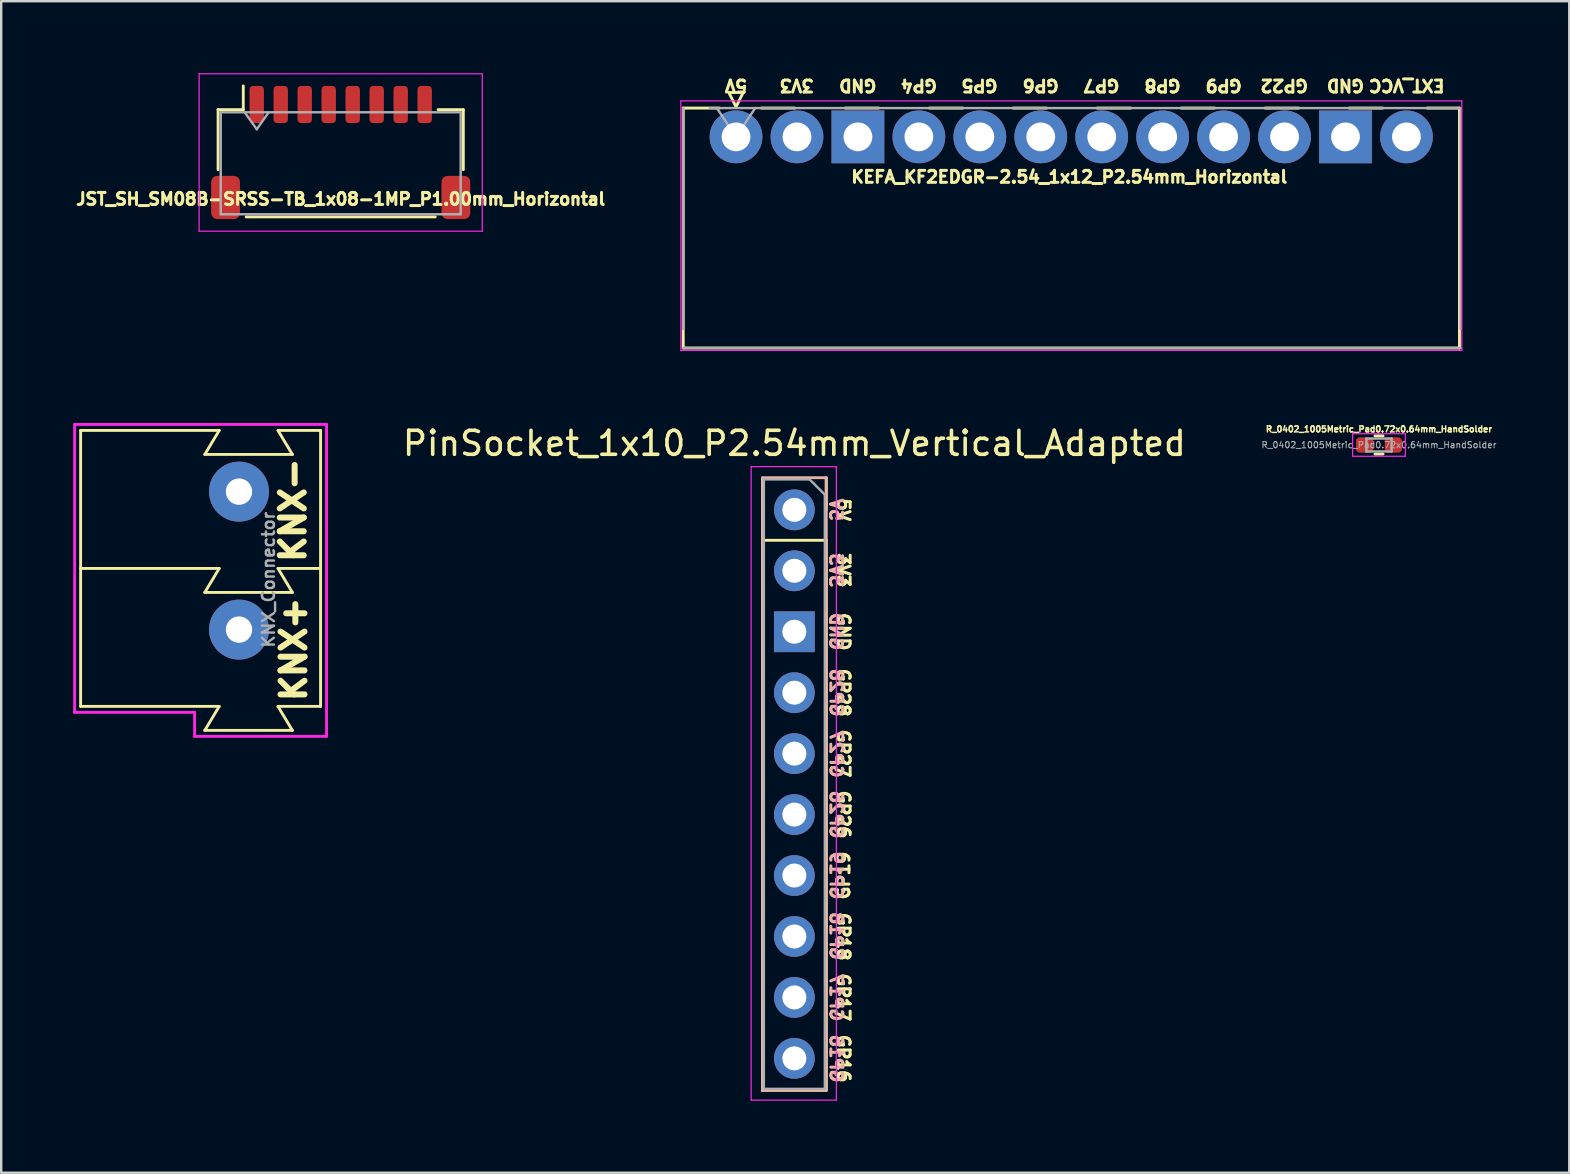
<source format=kicad_pcb>
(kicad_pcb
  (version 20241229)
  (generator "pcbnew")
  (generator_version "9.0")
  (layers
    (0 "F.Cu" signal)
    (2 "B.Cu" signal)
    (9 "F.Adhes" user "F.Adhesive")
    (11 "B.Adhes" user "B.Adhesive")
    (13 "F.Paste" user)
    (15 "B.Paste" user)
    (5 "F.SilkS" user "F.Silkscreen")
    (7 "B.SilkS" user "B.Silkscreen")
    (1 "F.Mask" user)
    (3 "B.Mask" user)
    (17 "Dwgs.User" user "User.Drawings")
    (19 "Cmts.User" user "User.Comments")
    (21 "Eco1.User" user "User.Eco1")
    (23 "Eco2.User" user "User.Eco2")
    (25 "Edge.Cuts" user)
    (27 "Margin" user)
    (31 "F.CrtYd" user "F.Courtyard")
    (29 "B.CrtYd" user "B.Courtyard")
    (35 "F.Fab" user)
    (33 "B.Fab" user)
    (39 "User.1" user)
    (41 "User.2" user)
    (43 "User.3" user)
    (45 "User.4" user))
  (footprint "JST_SH_SM08B-SRSS-TB_1x08-1MP_P1.00mm_Horizontal"
    (layer "F.Cu")
    (at 11.149 3.305)
    (property "Reference" "JST_SH_SM08B-SRSS-TB_1x08-1MP_P1.00mm_Horizontal" (at 0 1.94 0) (layer "F.SilkS") (effects (font (size 0.5 0.5) (thickness 0.15))))
    (attr smd)
    (fp_line (start -5.11 -1.785) (end -4.06 -1.785) (stroke (width 0.12) (type solid)) (layer "F.SilkS"))
    (fp_line (start -5.11 0.715) (end -5.11 -1.785) (stroke (width 0.12) (type solid)) (layer "F.SilkS"))
    (fp_line (start -4.06 -1.785) (end -4.06 -2.775) (stroke (width 0.12) (type solid)) (layer "F.SilkS"))
    (fp_line (start -3.94 2.685) (end 3.94 2.685) (stroke (width 0.12) (type solid)) (layer "F.SilkS"))
    (fp_line (start 5.11 -1.785) (end 4.06 -1.785) (stroke (width 0.12) (type solid)) (layer "F.SilkS"))
    (fp_line (start 5.11 0.715) (end 5.11 -1.785) (stroke (width 0.12) (type solid)) (layer "F.SilkS"))
    (fp_line (start -5.9 -3.28) (end -5.9 3.28) (stroke (width 0.05) (type solid)) (layer "F.CrtYd"))
    (fp_line (start -5.9 3.28) (end 5.9 3.28) (stroke (width 0.05) (type solid)) (layer "F.CrtYd"))
    (fp_line (start 5.9 -3.28) (end -5.9 -3.28) (stroke (width 0.05) (type solid)) (layer "F.CrtYd"))
    (fp_line (start 5.9 3.28) (end 5.9 -3.28) (stroke (width 0.05) (type solid)) (layer "F.CrtYd"))
    (fp_line (start -5 -1.675) (end -5 2.575) (stroke (width 0.1) (type solid)) (layer "F.Fab"))
    (fp_line (start -5 -1.675) (end 5 -1.675) (stroke (width 0.1) (type solid)) (layer "F.Fab"))
    (fp_line (start -5 2.575) (end 5 2.575) (stroke (width 0.1) (type solid)) (layer "F.Fab"))
    (fp_line (start -4 -1.675) (end -3.5 -0.968) (stroke (width 0.1) (type solid)) (layer "F.Fab"))
    (fp_line (start -3.5 -0.968) (end -3 -1.675) (stroke (width 0.1) (type solid)) (layer "F.Fab"))
    (fp_line (start 5 -1.675) (end 5 2.575) (stroke (width 0.1) (type solid)) (layer "F.Fab"))
    (pad "1" smd roundrect (at -3.5 -2) (size 0.6 1.55) (layers "F.Cu" "F.Mask" "F.Paste") (roundrect_rratio 0.25))
    (pad "2" smd roundrect (at -2.5 -2) (size 0.6 1.55) (layers "F.Cu" "F.Mask" "F.Paste") (roundrect_rratio 0.25))
    (pad "3" smd roundrect (at -1.5 -2) (size 0.6 1.55) (layers "F.Cu" "F.Mask" "F.Paste") (roundrect_rratio 0.25))
    (pad "4" smd roundrect (at -0.5 -2) (size 0.6 1.55) (layers "F.Cu" "F.Mask" "F.Paste") (roundrect_rratio 0.25))
    (pad "5" smd roundrect (at 0.5 -2) (size 0.6 1.55) (layers "F.Cu" "F.Mask" "F.Paste") (roundrect_rratio 0.25))
    (pad "6" smd roundrect (at 1.5 -2) (size 0.6 1.55) (layers "F.Cu" "F.Mask" "F.Paste") (roundrect_rratio 0.25))
    (pad "7" smd roundrect (at 2.5 -2) (size 0.6 1.55) (layers "F.Cu" "F.Mask" "F.Paste") (roundrect_rratio 0.25))
    (pad "8" smd roundrect (at 3.5 -2) (size 0.6 1.55) (layers "F.Cu" "F.Mask" "F.Paste") (roundrect_rratio 0.25))
    (pad "MP" smd roundrect (at -4.8 1.875) (size 1.2 1.8) (layers "F.Cu" "F.Mask" "F.Paste") (roundrect_rratio 0.208))
    (pad "MP" smd roundrect (at 4.8 1.875) (size 1.2 1.8) (layers "F.Cu" "F.Mask" "F.Paste") (roundrect_rratio 0.208)))
  (footprint "PinSocket_1x10_P2.54mm_Vertical_Adapted"
    (layer "F.Cu")
    (at 30.055 18.198)
    (property "Reference" "PinSocket_1x10_P2.54mm_Vertical_Adapted" (at 0 -2.77 0) (layer "F.SilkS") (effects (font (size 1 1) (thickness 0.15))))
    (attr through_hole)
    (fp_line (start -1.33 1.27) (end -1.33 24.19) (stroke (width 0.12) (type solid)) (layer "F.SilkS"))
    (fp_line (start -1.33 1.27) (end 1.33 1.27) (stroke (width 0.12) (type solid)) (layer "F.SilkS"))
    (fp_line (start -1.33 24.19) (end 1.33 24.19) (stroke (width 0.12) (type solid)) (layer "F.SilkS"))
    (fp_line (start 1.33 -1.33) (end 1.33 0) (stroke (width 0.12) (type solid)) (layer "F.SilkS"))
    (fp_line (start 1.33 1.27) (end 1.33 24.19) (stroke (width 0.12) (type solid)) (layer "F.SilkS"))
    (fp_line (start -1.33 -1.33) (end -1.33 0) (stroke (width 0.12) (type solid)) (layer "B.SilkS"))
    (fp_line (start -1.33 0) (end -1.33 24.19) (stroke (width 0.12) (type solid)) (layer "B.SilkS"))
    (fp_line (start 1.33 -1.34) (end -1.33 -1.34) (stroke (width 0.12) (type solid)) (layer "B.SilkS"))
    (fp_line (start 1.33 -1.33) (end 1.33 24.19) (stroke (width 0.12) (type solid)) (layer "B.SilkS"))
    (fp_line (start 1.33 24.19) (end -1.33 24.19) (stroke (width 0.12) (type solid)) (layer "B.SilkS"))
    (fp_line (start -1.8 -1.8) (end 1.75 -1.8) (stroke (width 0.05) (type solid)) (layer "F.CrtYd"))
    (fp_line (start -1.8 24.6) (end -1.8 -1.8) (stroke (width 0.05) (type solid)) (layer "F.CrtYd"))
    (fp_line (start 1.75 -1.8) (end 1.75 24.6) (stroke (width 0.05) (type solid)) (layer "F.CrtYd"))
    (fp_line (start 1.75 24.6) (end -1.8 24.6) (stroke (width 0.05) (type solid)) (layer "F.CrtYd"))
    (fp_line (start -1.27 -1.27) (end 0.635 -1.27) (stroke (width 0.1) (type solid)) (layer "F.Fab"))
    (fp_line (start -1.27 24.13) (end -1.27 -1.27) (stroke (width 0.1) (type solid)) (layer "F.Fab"))
    (fp_line (start 0.635 -1.27) (end 1.27 -0.635) (stroke (width 0.1) (type solid)) (layer "F.Fab"))
    (fp_line (start 1.27 -0.635) (end 1.27 24.13) (stroke (width 0.1) (type solid)) (layer "F.Fab"))
    (fp_line (start 1.27 24.13) (end -1.27 24.13) (stroke (width 0.1) (type solid)) (layer "F.Fab"))
    (fp_text user "GP26" (at 2.05 12.7 270) (unlocked yes) (layer "F.SilkS") (effects (font (size 0.5 0.5) (thickness 0.125))))
    (fp_text user "GP18" (at 2.05 17.79 270) (unlocked yes) (layer "F.SilkS") (effects (font (size 0.5 0.5) (thickness 0.125))))
    (fp_text user "GP16" (at 2.05 22.87 270) (unlocked yes) (layer "F.SilkS") (effects (font (size 0.5 0.5) (thickness 0.125))))
    (fp_text user "3V3" (at 2.05 2.51 270) (unlocked yes) (layer "F.SilkS") (effects (font (size 0.5 0.5) (thickness 0.125))))
    (fp_text user "GP19" (at 2.05 15.24 90) (unlocked yes) (layer "F.SilkS") (effects (font (size 0.5 0.5) (thickness 0.125))))
    (fp_text user "GP17" (at 2.05 20.32 270) (unlocked yes) (layer "F.SilkS") (effects (font (size 0.5 0.5) (thickness 0.125))))
    (fp_text user "GP28" (at 2.05 7.62 270) (unlocked yes) (layer "F.SilkS") (effects (font (size 0.5 0.5) (thickness 0.125))))
    (fp_text user "GP27" (at 2.05 10.16 270) (unlocked yes) (layer "F.SilkS") (effects (font (size 0.5 0.5) (thickness 0.125))))
    (fp_text user "GND" (at 2.05 5.08 270) (unlocked yes) (layer "F.SilkS") (effects (font (size 0.5 0.5) (thickness 0.125))))
    (fp_text user "5V" (at 2.05 0 270) (unlocked yes) (layer "F.SilkS") (effects (font (size 0.5 0.5) (thickness 0.125))))
    (fp_text user "GP26" (at 1.745 12.7 270) (unlocked yes) (layer "B.SilkS") (effects (font (size 0.5 0.5) (thickness 0.125)) (justify mirror)))
    (fp_text user "GP18" (at 1.745 17.76 270) (unlocked yes) (layer "B.SilkS") (effects (font (size 0.5 0.5) (thickness 0.125)) (justify mirror)))
    (fp_text user "GP28" (at 1.745 7.62 270) (unlocked yes) (layer "B.SilkS") (effects (font (size 0.5 0.5) (thickness 0.125)) (justify mirror)))
    (fp_text user "5V" (at 1.735 0 270) (unlocked yes) (layer "B.SilkS") (effects (font (size 0.5 0.5) (thickness 0.125)) (justify mirror)))
    (fp_text user "GP19" (at 1.745 15.24 270) (unlocked yes) (layer "B.SilkS") (effects (font (size 0.5 0.5) (thickness 0.125)) (justify mirror)))
    (fp_text user "3V3" (at 1.735 2.52 270) (unlocked yes) (layer "B.SilkS") (effects (font (size 0.5 0.5) (thickness 0.125)) (justify mirror)))
    (fp_text user "GP27" (at 1.745 10.17 270) (unlocked yes) (layer "B.SilkS") (effects (font (size 0.5 0.5) (thickness 0.125)) (justify mirror)))
    (fp_text user "GP16" (at 1.745 22.87 270) (unlocked yes) (layer "B.SilkS") (effects (font (size 0.5 0.5) (thickness 0.125)) (justify mirror)))
    (fp_text user "GP17" (at 1.745 20.32 270) (unlocked yes) (layer "B.SilkS") (effects (font (size 0.5 0.5) (thickness 0.125)) (justify mirror)))
    (fp_text user "GND" (at 1.735 5.07 270) (unlocked yes) (layer "B.SilkS") (effects (font (size 0.5 0.5) (thickness 0.125)) (justify mirror)))
    (pad "1" thru_hole circle (at 0 0 180) (size 1.7 1.7) (drill 1) (layers "*.Cu" "*.Mask"))
    (pad "2" thru_hole oval (at 0 2.54 180) (size 1.7 1.7) (drill 1) (layers "*.Cu" "*.Mask"))
    (pad "3" thru_hole rect (at 0 5.08 180) (size 1.7 1.7) (drill 1) (layers "*.Cu" "*.Mask"))
    (pad "4" thru_hole oval (at 0 7.62 180) (size 1.7 1.7) (drill 1) (layers "*.Cu" "*.Mask"))
    (pad "5" thru_hole oval (at 0 10.16 180) (size 1.7 1.7) (drill 1) (layers "*.Cu" "*.Mask"))
    (pad "6" thru_hole oval (at 0 12.7 180) (size 1.7 1.7) (drill 1) (layers "*.Cu" "*.Mask"))
    (pad "7" thru_hole oval (at 0 15.24 180) (size 1.7 1.7) (drill 1) (layers "*.Cu" "*.Mask"))
    (pad "8" thru_hole oval (at 0 17.78 180) (size 1.7 1.7) (drill 1) (layers "*.Cu" "*.Mask"))
    (pad "9" thru_hole oval (at 0 20.32 180) (size 1.7 1.7) (drill 1) (layers "*.Cu" "*.Mask"))
    (pad "10" thru_hole oval (at 0 22.86 180) (size 1.7 1.7) (drill 1) (layers "*.Cu" "*.Mask")))
  (footprint "R_0402_1005Metric_Pad0.72x0.64mm_HandSolder"
    (layer "F.Cu")
    (at 54.42 15.495)
    (property "Reference" "R_0402_1005Metric_Pad0.72x0.64mm_HandSolder" (at -0.001 -0.66 0) (layer "F.SilkS") (effects (font (size 0.25 0.25) (thickness 0.062))))
    (attr smd)
    (fp_line (start -0.168 -0.38) (end 0.168 -0.38) (stroke (width 0.12) (type solid)) (layer "F.SilkS"))
    (fp_line (start -0.168 0.38) (end 0.168 0.38) (stroke (width 0.12) (type solid)) (layer "F.SilkS"))
    (fp_line (start -1.1 -0.47) (end 1.1 -0.47) (stroke (width 0.05) (type solid)) (layer "F.CrtYd"))
    (fp_line (start -1.1 0.47) (end -1.1 -0.47) (stroke (width 0.05) (type solid)) (layer "F.CrtYd"))
    (fp_line (start 1.1 -0.47) (end 1.1 0.47) (stroke (width 0.05) (type solid)) (layer "F.CrtYd"))
    (fp_line (start 1.1 0.47) (end -1.1 0.47) (stroke (width 0.05) (type solid)) (layer "F.CrtYd"))
    (fp_line (start -0.525 -0.27) (end 0.525 -0.27) (stroke (width 0.1) (type solid)) (layer "F.Fab"))
    (fp_line (start -0.525 0.27) (end -0.525 -0.27) (stroke (width 0.1) (type solid)) (layer "F.Fab"))
    (fp_line (start 0.525 -0.27) (end 0.525 0.27) (stroke (width 0.1) (type solid)) (layer "F.Fab"))
    (fp_line (start 0.525 0.27) (end -0.525 0.27) (stroke (width 0.1) (type solid)) (layer "F.Fab"))
    (fp_text user "${REFERENCE}" (at 0 0 0) (layer "F.Fab") (effects (font (size 0.26 0.26) (thickness 0.04))))
    (pad "1" smd roundrect (at -0.598 0) (size 0.715 0.64) (layers "F.Cu" "F.Mask" "F.Paste") (roundrect_rratio 0.25))
    (pad "2" smd roundrect (at 0.598 0) (size 0.715 0.64) (layers "F.Cu" "F.Mask" "F.Paste") (roundrect_rratio 0.25)))
  (footprint "KNX_Connector"
    (layer "F.Cu")
    (at 7.31 20.639)
    (property "Reference" "KNX_Connector" (at 0.83 0.47 90) (layer "F.Fab") (effects (font (size 0.5 0.5) (thickness 0.1))))
    (attr through_hole)
    (fp_line (start -7 -5.75) (end -7 5.75) (stroke (width 0.12) (type solid)) (layer "F.SilkS"))
    (fp_line (start -1.225 -5.75) (end -7 -5.75) (stroke (width 0.12) (type solid)) (layer "F.SilkS"))
    (fp_line (start -1.225 -5.75) (end -1.825 -4.75) (stroke (width 0.12) (type solid)) (layer "F.SilkS"))
    (fp_line (start -1.225 0) (end -7 0) (stroke (width 0.12) (type solid)) (layer "F.SilkS"))
    (fp_line (start -1.225 0) (end -1.825 1) (stroke (width 0.12) (type solid)) (layer "F.SilkS"))
    (fp_line (start -1.225 5.75) (end -7 5.75) (stroke (width 0.12) (type solid)) (layer "F.SilkS"))
    (fp_line (start -1.225 5.75) (end -1.825 6.75) (stroke (width 0.12) (type solid)) (layer "F.SilkS"))
    (fp_line (start 1.225 0) (end 1.825 1) (stroke (width 0.12) (type solid)) (layer "F.SilkS"))
    (fp_line (start 1.225 0) (end 3 0) (stroke (width 0.12) (type solid)) (layer "F.SilkS"))
    (fp_line (start 1.225 5.75) (end 1.825 6.75) (stroke (width 0.12) (type solid)) (layer "F.SilkS"))
    (fp_line (start 1.225 5.75) (end 3 5.75) (stroke (width 0.12) (type solid)) (layer "F.SilkS"))
    (fp_line (start 1.825 -4.75) (end -1.825 -4.75) (stroke (width 0.12) (type solid)) (layer "F.SilkS"))
    (fp_line (start 1.825 -4.75) (end 1.225 -5.75) (stroke (width 0.12) (type solid)) (layer "F.SilkS"))
    (fp_line (start 1.825 1) (end -1.825 1) (stroke (width 0.12) (type solid)) (layer "F.SilkS"))
    (fp_line (start 1.825 6.75) (end -1.825 6.75) (stroke (width 0.12) (type solid)) (layer "F.SilkS"))
    (fp_line (start 3 -5.75) (end 1.225 -5.75) (stroke (width 0.12) (type solid)) (layer "F.SilkS"))
    (fp_line (start 3 -5.75) (end 3 5.75) (stroke (width 0.12) (type solid)) (layer "F.SilkS"))
    (fp_line (start -7.25 -6) (end 3.25 -6) (stroke (width 0.12) (type solid)) (layer "F.CrtYd"))
    (fp_line (start -7.25 6) (end -7.25 -6) (stroke (width 0.12) (type solid)) (layer "F.CrtYd"))
    (fp_line (start -7.25 6) (end -2.25 6) (stroke (width 0.12) (type solid)) (layer "F.CrtYd"))
    (fp_line (start -2.25 6) (end -2.25 7) (stroke (width 0.12) (type solid)) (layer "F.CrtYd"))
    (fp_line (start -2.25 7) (end 3.25 7) (stroke (width 0.12) (type solid)) (layer "F.CrtYd"))
    (fp_line (start 3.25 -6) (end 3.25 7) (stroke (width 0.12) (type solid)) (layer "F.CrtYd"))
    (fp_text user "KNX+" (at 1.88 3.37 90) (layer "F.SilkS") (effects (font (size 1 1) (thickness 0.25))))
    (fp_text user "KNX-" (at 1.85 -2.43 90) (layer "F.SilkS") (effects (font (size 1 1) (thickness 0.25))))
    (pad "1" thru_hole circle (at -0.4 2.55) (size 2.5 2.5) (drill 1.1) (layers "*.Cu" "*.Mask"))
    (pad "2" thru_hole circle (at -0.4 -3.2) (size 2.5 2.5) (drill 1.1) (layers "*.Cu" "*.Mask")))
  (footprint "KEFA_KF2EDGR-2.54_1x12_P2.54mm_Horizontal"
    (layer "F.Cu")
    (at 27.624 2.654)
    (property "Reference" "KEFA_KF2EDGR-2.54_1x12_P2.54mm_Horizontal" (at 13.89 1.67 180) (layer "F.SilkS") (effects (font (size 0.5 0.5) (thickness 0.125))))
    (attr through_hole)
    (fp_line (start -2.2 -1.2) (end -2.2 8.8) (stroke (width 0.12) (type solid)) (layer "F.SilkS"))
    (fp_line (start -2.2 -1.2) (end -0.69 -1.2) (stroke (width 0.12) (type solid)) (layer "F.SilkS"))
    (fp_line (start -2.2 8.8) (end 30.15 8.8) (stroke (width 0.12) (type solid)) (layer "F.SilkS"))
    (fp_line (start -0.3 -1.85) (end 0.3 -1.85) (stroke (width 0.12) (type solid)) (layer "F.SilkS"))
    (fp_line (start 0 -1.25) (end -0.3 -1.85) (stroke (width 0.12) (type solid)) (layer "F.SilkS"))
    (fp_line (start 0.3 -1.85) (end 0 -1.25) (stroke (width 0.12) (type solid)) (layer "F.SilkS"))
    (fp_line (start 1.05 -1.2) (end 2.45 -1.2) (stroke (width 0.12) (type solid)) (layer "F.SilkS"))
    (fp_line (start 4.55 -1.2) (end 5.95 -1.2) (stroke (width 0.12) (type solid)) (layer "F.SilkS"))
    (fp_line (start 8.05 -1.2) (end 9.45 -1.2) (stroke (width 0.12) (type solid)) (layer "F.SilkS"))
    (fp_line (start 11.55 -1.2) (end 12.95 -1.2) (stroke (width 0.12) (type solid)) (layer "F.SilkS"))
    (fp_line (start 15.05 -1.2) (end 16.45 -1.2) (stroke (width 0.12) (type solid)) (layer "F.SilkS"))
    (fp_line (start 18.55 -1.2) (end 19.95 -1.2) (stroke (width 0.12) (type solid)) (layer "F.SilkS"))
    (fp_line (start 22.05 -1.2) (end 23.45 -1.2) (stroke (width 0.12) (type solid)) (layer "F.SilkS"))
    (fp_line (start 25.55 -1.2) (end 26.95 -1.2) (stroke (width 0.12) (type solid)) (layer "F.SilkS"))
    (fp_line (start 28.8 -1.2) (end 30.15 -1.2) (stroke (width 0.12) (type solid)) (layer "F.SilkS"))
    (fp_line (start 30.15 8.8) (end 30.15 -1.2) (stroke (width 0.12) (type solid)) (layer "F.SilkS"))
    (fp_line (start -2.3 -1.5) (end -2.3 8.9) (stroke (width 0.05) (type solid)) (layer "F.CrtYd"))
    (fp_line (start -2.3 8.9) (end 30.25 8.9) (stroke (width 0.05) (type solid)) (layer "F.CrtYd"))
    (fp_line (start 30.25 -1.5) (end -2.3 -1.5) (stroke (width 0.05) (type solid)) (layer "F.CrtYd"))
    (fp_line (start 30.25 8.9) (end 30.25 -1.5) (stroke (width 0.05) (type solid)) (layer "F.CrtYd"))
    (fp_line (start -2.2 -1.2) (end -2.2 8) (stroke (width 0.1) (type solid)) (layer "F.Fab"))
    (fp_line (start -2.2 8.8) (end 30.2 8.8) (stroke (width 0.1) (type solid)) (layer "F.Fab"))
    (fp_line (start 0 0) (end -0.8 -1.2) (stroke (width 0.1) (type solid)) (layer "F.Fab"))
    (fp_line (start 0.8 -1.2) (end 0 0) (stroke (width 0.1) (type solid)) (layer "F.Fab"))
    (fp_line (start 30.2 -1.2) (end -1.1 -1.2) (stroke (width 0.1) (type solid)) (layer "F.Fab"))
    (fp_line (start 30.2 8) (end 30.2 -1.2) (stroke (width 0.1) (type solid)) (layer "F.Fab"))
    (fp_text user "GP6" (at 12.7 -2.143 180) (unlocked yes) (layer "F.SilkS") (effects (font (size 0.5 0.5) (thickness 0.125))))
    (fp_text user "GND" (at 25.4 -2.143 180) (unlocked yes) (layer "F.SilkS") (effects (font (size 0.5 0.5) (thickness 0.125))))
    (fp_text user "GP4" (at 7.625 -2.143 180) (unlocked yes) (layer "F.SilkS") (effects (font (size 0.5 0.5) (thickness 0.125))))
    (fp_text user "3V3" (at 2.525 -2.143 180) (unlocked yes) (layer "F.SilkS") (effects (font (size 0.5 0.5) (thickness 0.125))))
    (fp_text user "GP8" (at 17.775 -2.143 180) (unlocked yes) (layer "F.SilkS") (effects (font (size 0.5 0.5) (thickness 0.125))))
    (fp_text user "GP9" (at 20.325 -2.143 180) (unlocked yes) (layer "F.SilkS") (effects (font (size 0.5 0.5) (thickness 0.125))))
    (fp_text user "5V" (at 0 -2.143 180) (unlocked yes) (layer "F.SilkS") (effects (font (size 0.5 0.5) (thickness 0.125))))
    (fp_text user "EXT_VCC" (at 27.95 -2.143 180) (unlocked yes) (layer "F.SilkS") (effects (font (size 0.5 0.5) (thickness 0.125))))
    (fp_text user "GP7" (at 15.225 -2.143 180) (unlocked yes) (layer "F.SilkS") (effects (font (size 0.5 0.5) (thickness 0.125))))
    (fp_text user "GND" (at 5.075 -2.143 180) (unlocked yes) (layer "F.SilkS") (effects (font (size 0.5 0.5) (thickness 0.125))))
    (fp_text user "GP22" (at 22.85 -2.143 180) (unlocked yes) (layer "F.SilkS") (effects (font (size 0.5 0.5) (thickness 0.125))))
    (fp_text user "GP5" (at 10.15 -2.143 180) (unlocked yes) (layer "F.SilkS") (effects (font (size 0.5 0.5) (thickness 0.125))))
    (pad "1" thru_hole circle (at 0 0) (size 2.2 2.2) (drill 1.2) (layers "*.Cu" "*.Mask"))
    (pad "2" thru_hole circle (at 2.54 0) (size 2.2 2.2) (drill 1.2) (layers "*.Cu" "*.Mask"))
    (pad "3" thru_hole rect (at 5.08 0) (size 2.2 2.2) (drill 1.2) (layers "*.Cu" "*.Mask"))
    (pad "4" thru_hole circle (at 7.62 0) (size 2.2 2.2) (drill 1.2) (layers "*.Cu" "*.Mask"))
    (pad "5" thru_hole circle (at 10.16 0) (size 2.2 2.2) (drill 1.2) (layers "*.Cu" "*.Mask"))
    (pad "6" thru_hole circle (at 12.7 0) (size 2.2 2.2) (drill 1.2) (layers "*.Cu" "*.Mask"))
    (pad "7" thru_hole circle (at 15.24 0) (size 2.2 2.2) (drill 1.2) (layers "*.Cu" "*.Mask"))
    (pad "8" thru_hole circle (at 17.78 0) (size 2.2 2.2) (drill 1.2) (layers "*.Cu" "*.Mask"))
    (pad "9" thru_hole circle (at 20.32 0) (size 2.2 2.2) (drill 1.2) (layers "*.Cu" "*.Mask"))
    (pad "10" thru_hole circle (at 22.86 0) (size 2.2 2.2) (drill 1.2) (layers "*.Cu" "*.Mask"))
    (pad "11" thru_hole rect (at 25.4 0) (size 2.2 2.2) (drill 1.2) (layers "*.Cu" "*.Mask"))
    (pad "12" thru_hole circle (at 27.94 0) (size 2.2 2.2) (drill 1.2) (layers "*.Cu" "*.Mask")))
  (gr_rect
    (start -3 -3)
    (end 62.35 45.823)
    (stroke (width 0.1) (type default))
    (fill no)
    (layer "Edge.Cuts")))
</source>
